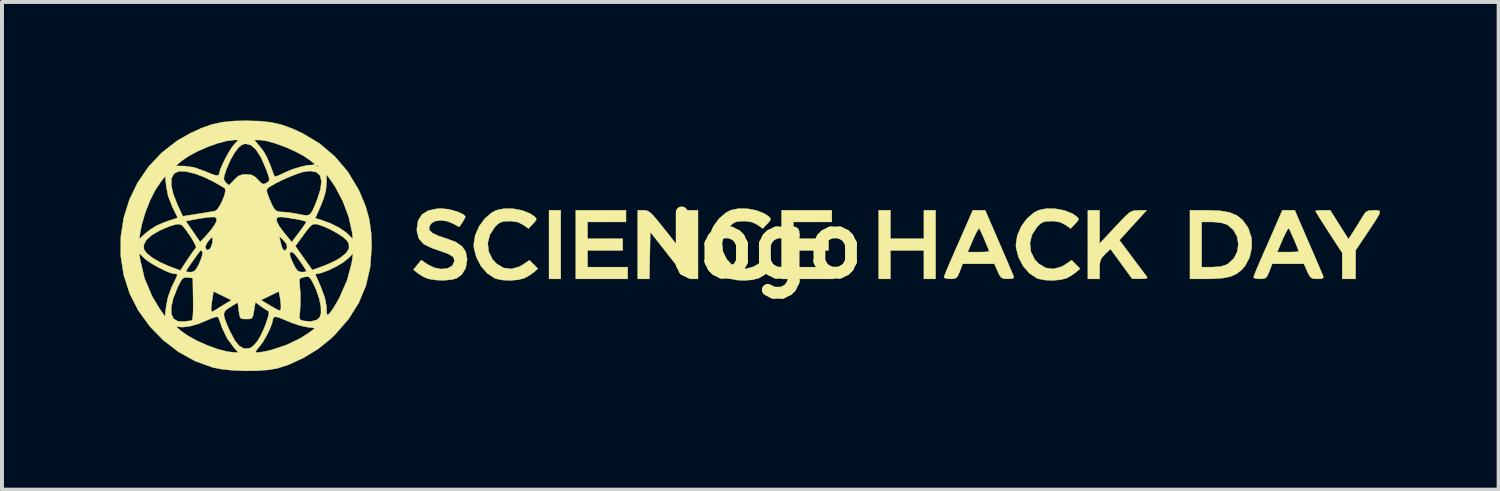
<source format=kicad_pcb>
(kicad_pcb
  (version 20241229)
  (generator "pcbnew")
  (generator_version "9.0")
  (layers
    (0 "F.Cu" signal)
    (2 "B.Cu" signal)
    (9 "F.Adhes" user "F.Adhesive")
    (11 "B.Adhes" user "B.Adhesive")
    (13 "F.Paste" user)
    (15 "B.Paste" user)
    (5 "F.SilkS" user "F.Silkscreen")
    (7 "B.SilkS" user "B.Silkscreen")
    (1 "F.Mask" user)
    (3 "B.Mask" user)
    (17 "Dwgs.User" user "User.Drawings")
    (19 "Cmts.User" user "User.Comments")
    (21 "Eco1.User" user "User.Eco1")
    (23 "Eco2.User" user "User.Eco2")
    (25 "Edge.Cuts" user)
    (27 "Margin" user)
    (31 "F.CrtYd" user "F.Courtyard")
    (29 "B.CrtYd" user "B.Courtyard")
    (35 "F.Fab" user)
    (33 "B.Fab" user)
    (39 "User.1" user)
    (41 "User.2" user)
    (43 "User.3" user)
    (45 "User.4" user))
  (footprint "logo"
    (layer "F.Cu")
    (at 16.301 3.158)
    (property "Reference" "logo" (at 0 0 0) (layer "F.SilkS") (effects (font (size 1.524 1.524) (thickness 0.3))))
    (attr through_hole)
    (fp_poly (pts (xy -5.165 0.847) (xy -5.461 0.847) (xy -5.461 -0.889) (xy -5.165 -0.889) (xy -5.165 0.847)) (stroke (width 0.01) (type solid)) (fill yes) (layer "F.SilkS"))
    (fp_poly (pts (xy -3.514 -0.593) (xy -4.487 -0.593) (xy -4.487 -0.169) (xy -3.598 -0.169) (xy -3.598 0.127) (xy -4.487 0.127) (xy -4.487 0.55) (xy -3.471 0.55) (xy -3.471 0.847) (xy -4.784 0.847) (xy -4.784 -0.889) (xy -3.514 -0.889) (xy -3.514 -0.593)) (stroke (width 0.01) (type solid)) (fill yes) (layer "F.SilkS"))
    (fp_poly (pts (xy 1.693 -0.593) (xy 0.72 -0.593) (xy 0.72 -0.169) (xy 1.609 -0.169) (xy 1.609 0.127) (xy 0.72 0.127) (xy 0.72 0.55) (xy 1.736 0.55) (xy 1.736 0.847) (xy 0.423 0.847) (xy 0.423 -0.889) (xy 1.693 -0.889) (xy 1.693 -0.593)) (stroke (width 0.01) (type solid)) (fill yes) (layer "F.SilkS"))
    (fp_poly (pts (xy 3.175 -0.169) (xy 4.022 -0.169) (xy 4.022 -0.889) (xy 4.318 -0.889) (xy 4.318 0.847) (xy 4.022 0.847) (xy 4.022 0.127) (xy 3.175 0.127) (xy 3.175 0.847) (xy 2.879 0.847) (xy 2.879 -0.889) (xy 3.175 -0.889) (xy 3.175 -0.169)) (stroke (width 0.01) (type solid)) (fill yes) (layer "F.SilkS"))
    (fp_poly (pts (xy -3.011 -0.885) (xy -2.959 -0.868) (xy -2.901 -0.829) (xy -2.828 -0.757) (xy -2.73 -0.644) (xy -2.598 -0.481) (xy -2.465 -0.314) (xy -2.011 0.261) (xy -1.999 -0.314) (xy -1.987 -0.889) (xy -1.693 -0.889) (xy -1.693 0.847) (xy -1.831 0.847) (xy -1.885 0.842) (xy -1.937 0.822) (xy -1.996 0.777) (xy -2.073 0.699) (xy -2.177 0.577) (xy -2.316 0.404) (xy -2.435 0.253) (xy -2.9 -0.34) (xy -2.923 0.847) (xy -3.217 0.847) (xy -3.217 -0.889) (xy -3.068 -0.889) (xy -3.011 -0.885)) (stroke (width 0.01) (type solid)) (fill yes) (layer "F.SilkS"))
    (fp_poly (pts (xy 14.532 -0.523) (xy 14.764 -0.157) (xy 14.909 -0.385) (xy 15.002 -0.532) (xy 15.088 -0.673) (xy 15.135 -0.751) (xy 15.197 -0.839) (xy 15.269 -0.879) (xy 15.386 -0.889) (xy 15.402 -0.889) (xy 15.484 -0.888) (xy 15.537 -0.879) (xy 15.557 -0.851) (xy 15.543 -0.795) (xy 15.491 -0.699) (xy 15.399 -0.555) (xy 15.263 -0.352) (xy 15.242 -0.32) (xy 14.944 0.124) (xy 14.944 0.847) (xy 14.605 0.847) (xy 14.605 0.19) (xy 14.266 -0.331) (xy 14.147 -0.516) (xy 14.046 -0.674) (xy 13.972 -0.794) (xy 13.932 -0.861) (xy 13.928 -0.871) (xy 13.965 -0.882) (xy 14.061 -0.888) (xy 14.114 -0.889) (xy 14.301 -0.889) (xy 14.532 -0.523)) (stroke (width 0.01) (type solid)) (fill yes) (layer "F.SilkS"))
    (fp_poly (pts (xy 8.467 -0.045) (xy 8.858 -0.464) (xy 9.016 -0.633) (xy 9.13 -0.748) (xy 9.214 -0.822) (xy 9.282 -0.863) (xy 9.347 -0.881) (xy 9.423 -0.886) (xy 9.455 -0.886) (xy 9.659 -0.889) (xy 9.313 -0.511) (xy 8.968 -0.132) (xy 9.295 0.304) (xy 9.422 0.473) (xy 9.533 0.621) (xy 9.617 0.731) (xy 9.662 0.791) (xy 9.664 0.794) (xy 9.67 0.826) (xy 9.615 0.842) (xy 9.498 0.845) (xy 9.292 0.844) (xy 9.017 0.468) (xy 8.742 0.091) (xy 8.604 0.223) (xy 8.525 0.309) (xy 8.484 0.39) (xy 8.468 0.501) (xy 8.467 0.601) (xy 8.467 0.847) (xy 8.17 0.847) (xy 8.17 -0.889) (xy 8.467 -0.889) (xy 8.467 -0.045)) (stroke (width 0.01) (type solid)) (fill yes) (layer "F.SilkS"))
    (fp_poly (pts (xy 11.51 -0.876) (xy 11.753 -0.834) (xy 11.941 -0.757) (xy 12.088 -0.638) (xy 12.208 -0.471) (xy 12.238 -0.414) (xy 12.311 -0.187) (xy 12.316 0.061) (xy 12.26 0.306) (xy 12.146 0.522) (xy 12.058 0.622) (xy 11.929 0.721) (xy 11.778 0.788) (xy 11.587 0.827) (xy 11.338 0.845) (xy 11.199 0.847) (xy 10.753 0.847) (xy 10.753 -0.593) (xy 11.049 -0.593) (xy 11.049 0.55) (xy 11.314 0.55) (xy 11.521 0.536) (xy 11.674 0.489) (xy 11.714 0.467) (xy 11.862 0.333) (xy 11.949 0.161) (xy 11.977 -0.029) (xy 11.946 -0.219) (xy 11.856 -0.388) (xy 11.708 -0.516) (xy 11.688 -0.527) (xy 11.564 -0.567) (xy 11.395 -0.59) (xy 11.305 -0.593) (xy 11.049 -0.593) (xy 10.753 -0.593) (xy 10.753 -0.889) (xy 11.199 -0.889) (xy 11.51 -0.876)) (stroke (width 0.01) (type solid)) (fill yes) (layer "F.SilkS"))
    (fp_poly (pts (xy -6.368 -0.927) (xy -6.14 -0.884) (xy -5.941 -0.806) (xy -5.832 -0.732) (xy -5.787 -0.683) (xy -5.789 -0.638) (xy -5.845 -0.57) (xy -5.869 -0.545) (xy -5.982 -0.427) (xy -6.113 -0.52) (xy -6.245 -0.587) (xy -6.412 -0.613) (xy -6.47 -0.614) (xy -6.61 -0.608) (xy -6.703 -0.579) (xy -6.786 -0.513) (xy -6.834 -0.462) (xy -6.96 -0.269) (xy -7.011 -0.057) (xy -6.989 0.155) (xy -6.893 0.351) (xy -6.792 0.462) (xy -6.613 0.569) (xy -6.417 0.596) (xy -6.215 0.54) (xy -6.117 0.484) (xy -5.956 0.375) (xy -5.743 0.588) (xy -5.845 0.677) (xy -5.96 0.76) (xy -6.084 0.828) (xy -6.237 0.869) (xy -6.432 0.885) (xy -6.634 0.877) (xy -6.802 0.843) (xy -6.837 0.83) (xy -7.024 0.706) (xy -7.184 0.522) (xy -7.3 0.299) (xy -7.361 0.062) (xy -7.366 -0.024) (xy -7.33 -0.253) (xy -7.231 -0.48) (xy -7.084 -0.68) (xy -6.904 -0.833) (xy -6.79 -0.891) (xy -6.595 -0.931) (xy -6.368 -0.927)) (stroke (width 0.01) (type solid)) (fill yes) (layer "F.SilkS"))
    (fp_poly (pts (xy 7.348 -0.927) (xy 7.576 -0.884) (xy 7.775 -0.806) (xy 7.884 -0.732) (xy 7.929 -0.683) (xy 7.927 -0.638) (xy 7.871 -0.57) (xy 7.847 -0.545) (xy 7.734 -0.427) (xy 7.603 -0.52) (xy 7.471 -0.587) (xy 7.304 -0.613) (xy 7.246 -0.614) (xy 7.106 -0.608) (xy 7.013 -0.579) (xy 6.93 -0.513) (xy 6.882 -0.462) (xy 6.756 -0.269) (xy 6.705 -0.057) (xy 6.727 0.155) (xy 6.823 0.351) (xy 6.924 0.462) (xy 7.103 0.569) (xy 7.299 0.596) (xy 7.501 0.54) (xy 7.599 0.484) (xy 7.76 0.375) (xy 7.973 0.588) (xy 7.871 0.677) (xy 7.756 0.76) (xy 7.632 0.828) (xy 7.479 0.869) (xy 7.284 0.885) (xy 7.082 0.877) (xy 6.914 0.843) (xy 6.879 0.83) (xy 6.692 0.706) (xy 6.532 0.522) (xy 6.416 0.299) (xy 6.355 0.062) (xy 6.35 -0.024) (xy 6.386 -0.253) (xy 6.485 -0.48) (xy 6.632 -0.68) (xy 6.812 -0.833) (xy 6.926 -0.891) (xy 7.121 -0.931) (xy 7.348 -0.927)) (stroke (width 0.01) (type solid)) (fill yes) (layer "F.SilkS"))
    (fp_poly (pts (xy -0.441 -0.927) (xy -0.213 -0.884) (xy -0.014 -0.806) (xy 0.095 -0.732) (xy 0.14 -0.683) (xy 0.138 -0.638) (xy 0.082 -0.57) (xy 0.058 -0.545) (xy -0.055 -0.427) (xy -0.186 -0.52) (xy -0.318 -0.587) (xy -0.485 -0.613) (xy -0.543 -0.614) (xy -0.683 -0.608) (xy -0.776 -0.579) (xy -0.859 -0.513) (xy -0.907 -0.462) (xy -1.033 -0.269) (xy -1.085 -0.057) (xy -1.062 0.155) (xy -0.966 0.351) (xy -0.866 0.462) (xy -0.686 0.569) (xy -0.491 0.596) (xy -0.289 0.54) (xy -0.19 0.484) (xy -0.029 0.375) (xy 0.077 0.481) (xy 0.184 0.588) (xy 0.081 0.677) (xy -0.034 0.76) (xy -0.157 0.828) (xy -0.31 0.869) (xy -0.506 0.885) (xy -0.707 0.877) (xy -0.876 0.843) (xy -0.91 0.83) (xy -1.098 0.706) (xy -1.257 0.522) (xy -1.374 0.299) (xy -1.434 0.062) (xy -1.439 -0.024) (xy -1.403 -0.253) (xy -1.304 -0.48) (xy -1.157 -0.68) (xy -0.977 -0.833) (xy -0.863 -0.891) (xy -0.668 -0.931) (xy -0.441 -0.927)) (stroke (width 0.01) (type solid)) (fill yes) (layer "F.SilkS"))
    (fp_poly (pts (xy 5.917 -0.095) (xy 6.022 0.149) (xy 6.118 0.371) (xy 6.197 0.556) (xy 6.255 0.692) (xy 6.286 0.766) (xy 6.288 0.773) (xy 6.294 0.82) (xy 6.252 0.842) (xy 6.145 0.847) (xy 6.039 0.841) (xy 5.975 0.81) (xy 5.924 0.733) (xy 5.889 0.656) (xy 5.804 0.466) (xy 5.002 0.466) (xy 4.93 0.656) (xy 4.881 0.771) (xy 4.832 0.827) (xy 4.757 0.845) (xy 4.693 0.847) (xy 4.589 0.838) (xy 4.533 0.817) (xy 4.53 0.81) (xy 4.546 0.758) (xy 4.59 0.647) (xy 4.654 0.493) (xy 4.714 0.355) (xy 4.796 0.169) (xy 5.13 0.169) (xy 5.401 0.169) (xy 5.54 0.167) (xy 5.638 0.16) (xy 5.673 0.151) (xy 5.657 0.102) (xy 5.617 0.001) (xy 5.562 -0.128) (xy 5.505 -0.259) (xy 5.456 -0.367) (xy 5.425 -0.427) (xy 5.422 -0.431) (xy 5.396 -0.409) (xy 5.347 -0.324) (xy 5.285 -0.194) (xy 5.264 -0.145) (xy 5.13 0.169) (xy 4.796 0.169) (xy 4.817 0.12) (xy 4.934 -0.145) (xy 5.043 -0.396) (xy 5.079 -0.476) (xy 5.259 -0.889) (xy 5.573 -0.889) (xy 5.917 -0.095)) (stroke (width 0.01) (type solid)) (fill yes) (layer "F.SilkS"))
    (fp_poly (pts (xy 13.748 -0.095) (xy 13.854 0.149) (xy 13.949 0.371) (xy 14.029 0.556) (xy 14.087 0.692) (xy 14.118 0.766) (xy 14.12 0.773) (xy 14.126 0.82) (xy 14.083 0.842) (xy 13.977 0.847) (xy 13.871 0.841) (xy 13.807 0.81) (xy 13.756 0.733) (xy 13.72 0.656) (xy 13.636 0.466) (xy 12.834 0.466) (xy 12.761 0.656) (xy 12.712 0.771) (xy 12.663 0.827) (xy 12.589 0.845) (xy 12.525 0.847) (xy 12.421 0.838) (xy 12.365 0.817) (xy 12.361 0.81) (xy 12.378 0.758) (xy 12.421 0.647) (xy 12.486 0.493) (xy 12.546 0.355) (xy 12.627 0.169) (xy 12.961 0.169) (xy 13.233 0.169) (xy 13.372 0.167) (xy 13.47 0.16) (xy 13.504 0.151) (xy 13.489 0.102) (xy 13.448 0.001) (xy 13.394 -0.128) (xy 13.337 -0.259) (xy 13.288 -0.367) (xy 13.257 -0.427) (xy 13.254 -0.431) (xy 13.227 -0.409) (xy 13.179 -0.324) (xy 13.116 -0.194) (xy 13.095 -0.145) (xy 12.961 0.169) (xy 12.627 0.169) (xy 12.649 0.12) (xy 12.766 -0.145) (xy 12.875 -0.396) (xy 12.91 -0.476) (xy 13.09 -0.889) (xy 13.405 -0.889) (xy 13.748 -0.095)) (stroke (width 0.01) (type solid)) (fill yes) (layer "F.SilkS"))
    (fp_poly (pts (xy -8.042 -0.918) (xy -7.886 -0.885) (xy -7.743 -0.838) (xy -7.633 -0.785) (xy -7.58 -0.735) (xy -7.578 -0.725) (xy -7.601 -0.671) (xy -7.66 -0.573) (xy -7.728 -0.474) (xy -7.766 -0.485) (xy -7.849 -0.53) (xy -7.88 -0.548) (xy -8.034 -0.612) (xy -8.199 -0.634) (xy -8.345 -0.614) (xy -8.439 -0.558) (xy -8.496 -0.466) (xy -8.487 -0.385) (xy -8.407 -0.31) (xy -8.25 -0.236) (xy -8.057 -0.173) (xy -7.822 -0.085) (xy -7.663 0.023) (xy -7.57 0.159) (xy -7.536 0.332) (xy -7.535 0.365) (xy -7.57 0.576) (xy -7.671 0.739) (xy -7.794 0.828) (xy -7.92 0.865) (xy -8.096 0.882) (xy -8.29 0.879) (xy -8.468 0.855) (xy -8.535 0.838) (xy -8.667 0.778) (xy -8.779 0.705) (xy -8.891 0.614) (xy -8.793 0.493) (xy -8.696 0.372) (xy -8.533 0.482) (xy -8.369 0.563) (xy -8.197 0.598) (xy -8.041 0.586) (xy -7.924 0.527) (xy -7.895 0.493) (xy -7.851 0.384) (xy -7.882 0.296) (xy -7.992 0.223) (xy -8.068 0.193) (xy -8.234 0.134) (xy -8.409 0.073) (xy -8.445 0.06) (xy -8.635 -0.036) (xy -8.752 -0.169) (xy -8.802 -0.348) (xy -8.805 -0.42) (xy -8.773 -0.628) (xy -8.677 -0.781) (xy -8.516 -0.881) (xy -8.289 -0.928) (xy -8.186 -0.931) (xy -8.042 -0.918)) (stroke (width 0.01) (type solid)) (fill yes) (layer "F.SilkS"))
    (fp_poly (pts (xy -12.778 -3.144) (xy -12.488 -3.112) (xy -12.223 -3.051) (xy -11.957 -2.954) (xy -11.705 -2.839) (xy -11.266 -2.577) (xy -10.881 -2.25) (xy -10.552 -1.863) (xy -10.285 -1.42) (xy -10.244 -1.333) (xy -10.1 -0.985) (xy -10.008 -0.654) (xy -9.961 -0.307) (xy -9.949 0.03) (xy -9.985 0.542) (xy -10.093 1.014) (xy -10.275 1.453) (xy -10.534 1.864) (xy -10.874 2.255) (xy -10.987 2.364) (xy -11.304 2.619) (xy -11.668 2.842) (xy -12.048 3.018) (xy -12.338 3.111) (xy -12.561 3.149) (xy -12.839 3.17) (xy -13.146 3.174) (xy -13.455 3.161) (xy -13.738 3.132) (xy -13.96 3.09) (xy -14.407 2.93) (xy -14.83 2.697) (xy -15.219 2.399) (xy -15.546 2.063) (xy -14.884 2.063) (xy -14.838 2.108) (xy -14.773 2.163) (xy -14.589 2.292) (xy -14.355 2.419) (xy -14.096 2.534) (xy -13.837 2.627) (xy -13.601 2.687) (xy -13.443 2.706) (xy -13.319 2.709) (xy -13.34 2.686) (xy -12.882 2.686) (xy -12.867 2.706) (xy -12.826 2.709) (xy -12.736 2.699) (xy -12.598 2.672) (xy -12.48 2.644) (xy -12.105 2.52) (xy -11.762 2.355) (xy -11.572 2.235) (xy -11.378 2.095) (xy -11.605 2.063) (xy -11.768 2.026) (xy -11.958 1.963) (xy -12.101 1.904) (xy -12.262 1.836) (xy -11.776 1.836) (xy -11.746 1.885) (xy -11.663 1.911) (xy -11.483 1.925) (xy -11.338 1.885) (xy -11.268 1.829) (xy -11.23 1.721) (xy -11.232 1.558) (xy -11.271 1.36) (xy -11.344 1.144) (xy -11.384 1.051) (xy -11.454 0.908) (xy -11.503 0.827) (xy -11.549 0.794) (xy -11.607 0.792) (xy -11.652 0.801) (xy -11.74 0.825) (xy -11.774 0.867) (xy -11.774 0.956) (xy -11.769 0.997) (xy -11.753 1.222) (xy -11.751 1.468) (xy -11.764 1.689) (xy -11.77 1.735) (xy -11.776 1.836) (xy -12.262 1.836) (xy -12.272 1.832) (xy -12.381 1.805) (xy -12.435 1.824) (xy -12.446 1.864) (xy -12.468 1.967) (xy -12.524 2.113) (xy -12.603 2.276) (xy -12.691 2.428) (xy -12.767 2.533) (xy -12.85 2.633) (xy -12.882 2.686) (xy -13.34 2.686) (xy -13.426 2.593) (xy -13.607 2.347) (xy -13.741 2.064) (xy -13.758 2.011) (xy -13.798 1.897) (xy -13.832 1.821) (xy -13.84 1.81) (xy -13.89 1.809) (xy -13.991 1.841) (xy -14.086 1.882) (xy -14.32 1.98) (xy -14.54 2.044) (xy -14.725 2.068) (xy -14.805 2.062) (xy -14.872 2.051) (xy -14.884 2.063) (xy -15.546 2.063) (xy -15.563 2.045) (xy -15.851 1.647) (xy -16.065 1.23) (xy -16.22 0.755) (xy -16.296 0.27) (xy -16.296 0.198) (xy -15.83 0.198) (xy -15.805 0.364) (xy -15.694 0.836) (xy -15.502 1.289) (xy -15.309 1.609) (xy -15.177 1.799) (xy -15.151 1.566) (xy -15.02 1.566) (xy -15.014 1.741) (xy -14.954 1.862) (xy -14.839 1.925) (xy -14.674 1.925) (xy -14.569 1.91) (xy -14.504 1.905) (xy -14.483 1.872) (xy -14.47 1.769) (xy -14.469 1.749) (xy -13.688 1.749) (xy -13.668 1.851) (xy -13.611 1.998) (xy -13.534 2.172) (xy -13.415 2.4) (xy -13.296 2.546) (xy -13.175 2.613) (xy -13.046 2.604) (xy -12.993 2.581) (xy -12.919 2.518) (xy -12.835 2.415) (xy -12.811 2.379) (xy -12.74 2.251) (xy -12.671 2.1) (xy -12.612 1.946) (xy -12.568 1.808) (xy -12.548 1.708) (xy -12.558 1.663) (xy -12.558 1.663) (xy -12.618 1.63) (xy -12.714 1.566) (xy -12.747 1.542) (xy -12.89 1.435) (xy -12.925 1.649) (xy -12.949 1.774) (xy -12.978 1.838) (xy -13.033 1.86) (xy -13.121 1.863) (xy -13.217 1.859) (xy -13.268 1.834) (xy -13.293 1.765) (xy -13.31 1.653) (xy -13.337 1.444) (xy -13.524 1.558) (xy -13.616 1.619) (xy -13.671 1.677) (xy -13.688 1.749) (xy -14.469 1.749) (xy -14.464 1.603) (xy -14.009 1.603) (xy -14.005 1.671) (xy -13.97 1.674) (xy -13.917 1.643) (xy -13.82 1.582) (xy -13.695 1.505) (xy -13.659 1.484) (xy -13.496 1.385) (xy -13.498 1.384) (xy -12.748 1.384) (xy -12.502 1.531) (xy -12.372 1.606) (xy -12.297 1.642) (xy -12.26 1.64) (xy -12.246 1.605) (xy -12.244 1.59) (xy -12.245 1.492) (xy -12.26 1.361) (xy -12.265 1.333) (xy -12.298 1.164) (xy -12.523 1.274) (xy -12.748 1.384) (xy -13.498 1.384) (xy -13.722 1.275) (xy -13.949 1.164) (xy -13.977 1.333) (xy -13.997 1.47) (xy -14.008 1.588) (xy -14.009 1.603) (xy -14.464 1.603) (xy -14.464 1.592) (xy -14.465 1.365) (xy -14.474 0.826) (xy -14.604 0.812) (xy -14.674 0.811) (xy -14.726 0.834) (xy -14.775 0.898) (xy -14.836 1.018) (xy -14.862 1.072) (xy -14.969 1.342) (xy -15.02 1.566) (xy -15.151 1.566) (xy -15.148 1.538) (xy -15.099 1.304) (xy -15.012 1.063) (xy -14.989 1.015) (xy -14.916 0.867) (xy -14.876 0.779) (xy -14.868 0.735) (xy -14.878 0.728) (xy -11.375 0.728) (xy -11.234 1.052) (xy -11.136 1.315) (xy -11.094 1.53) (xy -11.092 1.583) (xy -11.089 1.705) (xy -11.077 1.755) (xy -11.048 1.75) (xy -11.016 1.723) (xy -10.962 1.655) (xy -10.884 1.534) (xy -10.796 1.381) (xy -10.765 1.324) (xy -10.568 0.878) (xy -10.452 0.439) (xy -10.441 0.368) (xy -10.418 0.206) (xy -10.549 0.334) (xy -10.682 0.437) (xy -10.863 0.544) (xy -11.057 0.637) (xy -11.23 0.698) (xy -11.26 0.705) (xy -11.375 0.728) (xy -14.878 0.728) (xy -14.888 0.721) (xy -14.932 0.72) (xy -14.933 0.72) (xy -15.031 0.698) (xy -15.139 0.654) (xy -14.647 0.654) (xy -14.611 0.671) (xy -14.531 0.677) (xy -14.459 0.665) (xy -14.403 0.62) (xy -14.344 0.522) (xy -14.306 0.444) (xy -14.253 0.312) (xy -14.229 0.214) (xy -12.021 0.214) (xy -12.003 0.298) (xy -11.944 0.437) (xy -11.942 0.442) (xy -11.873 0.574) (xy -11.816 0.645) (xy -11.753 0.672) (xy -11.716 0.675) (xy -11.631 0.669) (xy -11.599 0.652) (xy -11.622 0.608) (xy -11.682 0.514) (xy -11.766 0.39) (xy -11.775 0.377) (xy -11.878 0.24) (xy -11.949 0.172) (xy -11.996 0.166) (xy -12.001 0.169) (xy -12.021 0.214) (xy -14.229 0.214) (xy -14.227 0.207) (xy -14.23 0.16) (xy -14.268 0.125) (xy -14.278 0.128) (xy -14.333 0.199) (xy -14.41 0.304) (xy -14.495 0.423) (xy -14.572 0.535) (xy -14.628 0.62) (xy -14.647 0.654) (xy -15.139 0.654) (xy -15.175 0.64) (xy -15.339 0.559) (xy -15.501 0.468) (xy -15.635 0.378) (xy -15.694 0.329) (xy -15.83 0.198) (xy -16.296 0.198) (xy -16.296 -0.003) (xy -15.716 -0.003) (xy -15.709 0.101) (xy -15.636 0.202) (xy -15.498 0.313) (xy -15.31 0.423) (xy -15.088 0.522) (xy -15.068 0.529) (xy -14.932 0.58) (xy -14.832 0.617) (xy -14.791 0.633) (xy -14.791 0.633) (xy -14.767 0.601) (xy -14.71 0.515) (xy -14.629 0.392) (xy -14.609 0.361) (xy -14.519 0.227) (xy -14.444 0.122) (xy -14.397 0.066) (xy -14.392 0.063) (xy -14.393 0.054) (xy -14.157 0.054) (xy -14.154 0.064) (xy -14.108 0.122) (xy -14.051 0.099) (xy -14.014 0.045) (xy -13.978 -0.066) (xy -13.971 -0.135) (xy -13.975 -0.196) (xy -13.996 -0.2) (xy -14.05 -0.145) (xy -14.076 -0.116) (xy -14.137 -0.023) (xy -14.157 0.054) (xy -14.393 0.054) (xy -14.396 0.019) (xy -14.441 -0.075) (xy -14.517 -0.204) (xy -14.553 -0.257) (xy -14.653 -0.401) (xy -14.723 -0.487) (xy -14.78 -0.529) (xy -14.839 -0.538) (xy -14.889 -0.533) (xy -14.996 -0.505) (xy -15.146 -0.45) (xy -15.305 -0.38) (xy -15.514 -0.259) (xy -15.653 -0.132) (xy -15.716 -0.003) (xy -16.296 -0.003) (xy -16.295 -0.156) (xy -15.83 -0.156) (xy -15.694 -0.285) (xy -15.562 -0.391) (xy -15.413 -0.486) (xy -15.388 -0.499) (xy -15.231 -0.568) (xy -15.106 -0.614) (xy -14.65 -0.614) (xy -14.287 -0.084) (xy -14.151 -0.233) (xy -12.285 -0.233) (xy -12.255 -0.085) (xy -12.214 0.061) (xy -12.169 0.129) (xy -12.122 0.118) (xy -12.089 0.056) (xy -12.094 0.018) (xy -11.879 0.018) (xy -11.451 0.623) (xy -11.185 0.528) (xy -11.014 0.458) (xy -10.847 0.377) (xy -10.75 0.321) (xy -10.595 0.195) (xy -10.521 0.076) (xy -10.527 -0.043) (xy -10.569 -0.118) (xy -10.658 -0.201) (xy -10.802 -0.298) (xy -10.974 -0.394) (xy -11.149 -0.475) (xy -11.3 -0.527) (xy -11.328 -0.534) (xy -11.396 -0.541) (xy -11.452 -0.525) (xy -11.513 -0.472) (xy -11.595 -0.372) (xy -11.669 -0.27) (xy -11.879 0.018) (xy -12.094 0.018) (xy -12.1 -0.031) (xy -12.173 -0.124) (xy -12.285 -0.233) (xy -14.151 -0.233) (xy -14.091 -0.299) (xy -13.987 -0.424) (xy -13.909 -0.54) (xy -13.874 -0.617) (xy -13.874 -0.619) (xy -12.353 -0.619) (xy -12.293 -0.495) (xy -12.168 -0.325) (xy -12.165 -0.322) (xy -11.97 -0.084) (xy -11.786 -0.328) (xy -11.695 -0.45) (xy -11.629 -0.546) (xy -11.601 -0.595) (xy -11.6 -0.597) (xy -11.638 -0.615) (xy -11.736 -0.64) (xy -11.871 -0.667) (xy -11.99 -0.687) (xy -11.375 -0.687) (xy -11.201 -0.635) (xy -10.978 -0.552) (xy -10.769 -0.446) (xy -10.601 -0.332) (xy -10.544 -0.279) (xy -10.474 -0.207) (xy -10.433 -0.17) (xy -10.43 -0.169) (xy -10.429 -0.206) (xy -10.438 -0.298) (xy -10.442 -0.328) (xy -10.53 -0.721) (xy -10.678 -1.118) (xy -10.872 -1.485) (xy -10.969 -1.628) (xy -11.091 -1.795) (xy -11.092 -1.564) (xy -11.109 -1.382) (xy -11.164 -1.184) (xy -11.234 -1.01) (xy -11.375 -0.687) (xy -11.99 -0.687) (xy -12.02 -0.692) (xy -12.158 -0.711) (xy -12.264 -0.72) (xy -12.274 -0.72) (xy -12.347 -0.694) (xy -12.353 -0.619) (xy -13.874 -0.619) (xy -13.871 -0.688) (xy -13.914 -0.715) (xy -13.986 -0.718) (xy -14.1 -0.709) (xy -14.257 -0.687) (xy -14.384 -0.665) (xy -14.65 -0.614) (xy -15.106 -0.614) (xy -15.064 -0.629) (xy -15.039 -0.637) (xy -14.931 -0.671) (xy -14.867 -0.696) (xy -14.859 -0.701) (xy -14.876 -0.741) (xy -14.922 -0.836) (xy -14.986 -0.967) (xy -14.991 -0.976) (xy -15.1 -1.259) (xy -15.145 -1.496) (xy -15.148 -1.523) (xy -15.019 -1.523) (xy -14.968 -1.299) (xy -14.862 -1.03) (xy -14.727 -0.737) (xy -14.359 -0.795) (xy -14.182 -0.824) (xy -14.03 -0.849) (xy -13.927 -0.866) (xy -13.906 -0.87) (xy -13.851 -0.914) (xy -13.786 -1.011) (xy -13.724 -1.137) (xy -13.674 -1.266) (xy -13.648 -1.375) (xy -13.651 -1.392) (xy -12.605 -1.392) (xy -12.59 -1.322) (xy -12.545 -1.203) (xy -12.527 -1.16) (xy -12.46 -1.004) (xy -12.404 -0.911) (xy -12.341 -0.864) (xy -12.255 -0.848) (xy -12.192 -0.845) (xy -12.067 -0.835) (xy -11.903 -0.811) (xy -11.79 -0.789) (xy -11.661 -0.764) (xy -11.571 -0.76) (xy -11.507 -0.789) (xy -11.452 -0.864) (xy -11.392 -0.996) (xy -11.33 -1.15) (xy -11.244 -1.414) (xy -11.219 -1.62) (xy -11.253 -1.767) (xy -11.348 -1.854) (xy -11.502 -1.882) (xy -11.675 -1.86) (xy -11.82 -1.816) (xy -12.005 -1.744) (xy -12.204 -1.657) (xy -12.386 -1.566) (xy -12.524 -1.486) (xy -12.548 -1.47) (xy -12.59 -1.433) (xy -12.605 -1.392) (xy -13.651 -1.392) (xy -13.657 -1.438) (xy -13.658 -1.439) (xy -13.711 -1.475) (xy -13.817 -1.538) (xy -13.955 -1.615) (xy -13.97 -1.624) (xy -14.089 -1.681) (xy -13.688 -1.681) (xy -13.668 -1.629) (xy -13.643 -1.598) (xy -13.585 -1.541) (xy -13.561 -1.524) (xy -13.526 -1.553) (xy -13.456 -1.624) (xy -13.423 -1.661) (xy -13.324 -1.753) (xy -13.22 -1.792) (xy -13.123 -1.797) (xy -12.991 -1.784) (xy -12.894 -1.731) (xy -12.823 -1.66) (xy -12.741 -1.577) (xy -12.683 -1.55) (xy -12.624 -1.571) (xy -12.616 -1.576) (xy -12.564 -1.611) (xy -12.54 -1.648) (xy -12.544 -1.708) (xy -12.576 -1.811) (xy -12.622 -1.935) (xy -12.745 -2.219) (xy -12.873 -2.421) (xy -13.004 -2.538) (xy -13.138 -2.572) (xy -13.226 -2.549) (xy -13.319 -2.474) (xy -13.422 -2.336) (xy -13.525 -2.155) (xy -13.615 -1.949) (xy -13.638 -1.884) (xy -13.678 -1.757) (xy -13.688 -1.681) (xy -14.089 -1.681) (xy -14.2 -1.734) (xy -14.43 -1.818) (xy -14.637 -1.868) (xy -14.8 -1.878) (xy -14.831 -1.874) (xy -14.95 -1.815) (xy -15.012 -1.697) (xy -15.019 -1.523) (xy -15.148 -1.523) (xy -15.168 -1.75) (xy -15.27 -1.627) (xy -15.419 -1.407) (xy -15.559 -1.13) (xy -15.679 -0.823) (xy -15.769 -0.511) (xy -15.805 -0.321) (xy -15.83 -0.156) (xy -16.295 -0.156) (xy -16.295 -0.215) (xy -16.222 -0.691) (xy -16.079 -1.151) (xy -15.87 -1.585) (xy -15.597 -1.984) (xy -15.572 -2.011) (xy -14.907 -2.011) (xy -14.682 -2.007) (xy -14.445 -1.974) (xy -14.174 -1.879) (xy -14.162 -1.873) (xy -13.99 -1.802) (xy -13.881 -1.769) (xy -13.822 -1.775) (xy -13.801 -1.817) (xy -13.801 -1.833) (xy -13.78 -1.915) (xy -13.726 -2.044) (xy -13.651 -2.197) (xy -13.567 -2.349) (xy -13.486 -2.478) (xy -13.43 -2.551) (xy -13.319 -2.667) (xy -12.918 -2.667) (xy -12.767 -2.49) (xy -12.68 -2.374) (xy -12.6 -2.232) (xy -12.52 -2.047) (xy -12.428 -1.799) (xy -12.425 -1.789) (xy -12.412 -1.756) (xy -12.39 -1.743) (xy -12.343 -1.753) (xy -12.254 -1.791) (xy -12.106 -1.86) (xy -12.097 -1.864) (xy -11.919 -1.936) (xy -11.731 -1.992) (xy -11.638 -2.011) (xy -11.345 -2.011) (xy -11.324 -1.99) (xy -11.303 -2.011) (xy -11.324 -2.032) (xy -11.345 -2.011) (xy -11.638 -2.011) (xy -11.598 -2.019) (xy -11.373 -2.045) (xy -11.497 -2.147) (xy -11.665 -2.262) (xy -11.882 -2.378) (xy -12.125 -2.486) (xy -12.37 -2.576) (xy -12.595 -2.64) (xy -12.775 -2.667) (xy -12.792 -2.667) (xy -12.918 -2.667) (xy -13.319 -2.667) (xy -13.424 -2.667) (xy -13.612 -2.644) (xy -13.845 -2.583) (xy -14.1 -2.491) (xy -14.354 -2.38) (xy -14.581 -2.258) (xy -14.759 -2.136) (xy -14.767 -2.129) (xy -14.907 -2.011) (xy -15.572 -2.011) (xy -15.265 -2.339) (xy -14.876 -2.643) (xy -14.541 -2.835) (xy -14.25 -2.969) (xy -13.986 -3.061) (xy -13.721 -3.118) (xy -13.427 -3.147) (xy -13.123 -3.153) (xy -12.778 -3.144)) (stroke (width 0.01) (type solid)) (fill yes) (layer "F.SilkS")))
  (gr_rect
    (start -3 -3)
    (end 34.863 9.338)
    (stroke (width 0.1) (type default))
    (fill no)
    (layer "Edge.Cuts")))
</source>
